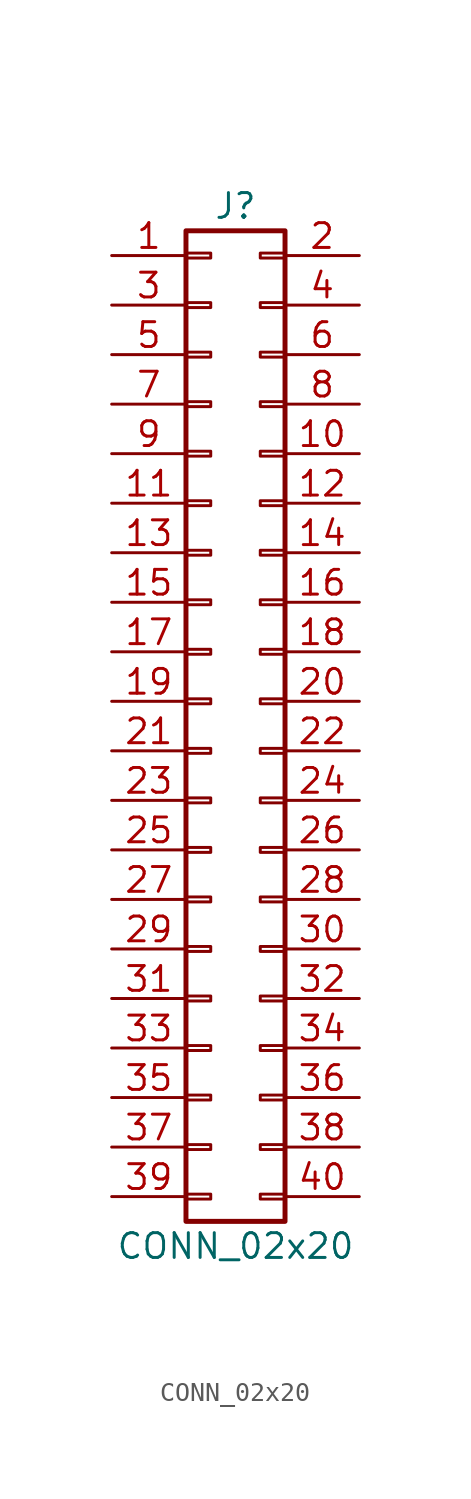
<source format=kicad_sym>
(kicad_symbol_lib
  (version 20220914)
  (generator kicad_symbol_editor)
  (symbol "CONN_02x20"
    (pin_names
      (offset 1.016) hide)
    (property "Reference" "J"
      (at 0 25.4 0)
      (effects (font (size 1.27 1.27))))
    (property "Value" "CONN_02x20"
      (at 0 -27.94 0)
      (effects (font (size 1.27 1.27))))
    (symbol "CONN_02x20_1_1"
      (rectangle (start -2.54 -25.273) (end -1.27 -25.527) (stroke (width 0.152) (type default)) (fill (type none)))
      (rectangle (start -2.54 -22.733) (end -1.27 -22.987) (stroke (width 0.152) (type default)) (fill (type none)))
      (rectangle (start -2.54 -20.193) (end -1.27 -20.447) (stroke (width 0.152) (type default)) (fill (type none)))
      (rectangle (start -2.54 -17.653) (end -1.27 -17.907) (stroke (width 0.152) (type default)) (fill (type none)))
      (rectangle (start -2.54 -15.113) (end -1.27 -15.367) (stroke (width 0.152) (type default)) (fill (type none)))
      (rectangle (start -2.54 -12.573) (end -1.27 -12.827) (stroke (width 0.152) (type default)) (fill (type none)))
      (rectangle (start -2.54 -10.033) (end -1.27 -10.287) (stroke (width 0.152) (type default)) (fill (type none)))
      (rectangle (start -2.54 -7.493) (end -1.27 -7.747) (stroke (width 0.152) (type default)) (fill (type none)))
      (rectangle (start -2.54 -4.953) (end -1.27 -5.207) (stroke (width 0.152) (type default)) (fill (type none)))
      (rectangle (start -2.54 -2.413) (end -1.27 -2.667) (stroke (width 0.152) (type default)) (fill (type none)))
      (rectangle (start -2.54 0.127) (end -1.27 -0.127) (stroke (width 0.152) (type default)) (fill (type none)))
      (rectangle (start -2.54 2.667) (end -1.27 2.413) (stroke (width 0.152) (type default)) (fill (type none)))
      (rectangle (start -2.54 5.207) (end -1.27 4.953) (stroke (width 0.152) (type default)) (fill (type none)))
      (rectangle (start -2.54 7.747) (end -1.27 7.493) (stroke (width 0.152) (type default)) (fill (type none)))
      (rectangle (start -2.54 10.287) (end -1.27 10.033) (stroke (width 0.152) (type default)) (fill (type none)))
      (rectangle (start -2.54 12.827) (end -1.27 12.573) (stroke (width 0.152) (type default)) (fill (type none)))
      (rectangle (start -2.54 15.367) (end -1.27 15.113) (stroke (width 0.152) (type default)) (fill (type none)))
      (rectangle (start -2.54 17.907) (end -1.27 17.653) (stroke (width 0.152) (type default)) (fill (type none)))
      (rectangle (start -2.54 20.447) (end -1.27 20.193) (stroke (width 0.152) (type default)) (fill (type none)))
      (rectangle (start -2.54 22.987) (end -1.27 22.733) (stroke (width 0.152) (type default)) (fill (type none)))
      (rectangle (start -2.54 24.13) (end 2.54 -26.67) (stroke (width 0.254) (type default)) (fill (type none)))
      (rectangle (start 2.54 -25.273) (end 1.27 -25.527) (stroke (width 0.152) (type default)) (fill (type none)))
      (rectangle (start 2.54 -22.733) (end 1.27 -22.987) (stroke (width 0.152) (type default)) (fill (type none)))
      (rectangle (start 2.54 -20.193) (end 1.27 -20.447) (stroke (width 0.152) (type default)) (fill (type none)))
      (rectangle (start 2.54 -17.653) (end 1.27 -17.907) (stroke (width 0.152) (type default)) (fill (type none)))
      (rectangle (start 2.54 -15.113) (end 1.27 -15.367) (stroke (width 0.152) (type default)) (fill (type none)))
      (rectangle (start 2.54 -12.573) (end 1.27 -12.827) (stroke (width 0.152) (type default)) (fill (type none)))
      (rectangle (start 2.54 -10.033) (end 1.27 -10.287) (stroke (width 0.152) (type default)) (fill (type none)))
      (rectangle (start 2.54 -7.493) (end 1.27 -7.747) (stroke (width 0.152) (type default)) (fill (type none)))
      (rectangle (start 2.54 -4.953) (end 1.27 -5.207) (stroke (width 0.152) (type default)) (fill (type none)))
      (rectangle (start 2.54 -2.413) (end 1.27 -2.667) (stroke (width 0.152) (type default)) (fill (type none)))
      (rectangle (start 2.54 0.127) (end 1.27 -0.127) (stroke (width 0.152) (type default)) (fill (type none)))
      (rectangle (start 2.54 2.667) (end 1.27 2.413) (stroke (width 0.152) (type default)) (fill (type none)))
      (rectangle (start 2.54 5.207) (end 1.27 4.953) (stroke (width 0.152) (type default)) (fill (type none)))
      (rectangle (start 2.54 7.747) (end 1.27 7.493) (stroke (width 0.152) (type default)) (fill (type none)))
      (rectangle (start 2.54 10.287) (end 1.27 10.033) (stroke (width 0.152) (type default)) (fill (type none)))
      (rectangle (start 2.54 12.827) (end 1.27 12.573) (stroke (width 0.152) (type default)) (fill (type none)))
      (rectangle (start 2.54 15.367) (end 1.27 15.113) (stroke (width 0.152) (type default)) (fill (type none)))
      (rectangle (start 2.54 17.907) (end 1.27 17.653) (stroke (width 0.152) (type default)) (fill (type none)))
      (rectangle (start 2.54 20.447) (end 1.27 20.193) (stroke (width 0.152) (type default)) (fill (type none)))
      (rectangle (start 2.54 22.987) (end 1.27 22.733) (stroke (width 0.152) (type default)) (fill (type none)))
      (pin passive line (at -6.35 22.86 0) (length 3.81) (name "Pin_1" (effects (font (size 1.27 1.27)))) (number "1" (effects (font (size 1.27 1.27)))))
      (pin passive line (at 6.35 12.7 180) (length 3.81) (name "Pin_10" (effects (font (size 1.27 1.27)))) (number "10" (effects (font (size 1.27 1.27)))))
      (pin passive line (at -6.35 10.16 0) (length 3.81) (name "Pin_11" (effects (font (size 1.27 1.27)))) (number "11" (effects (font (size 1.27 1.27)))))
      (pin passive line (at 6.35 10.16 180) (length 3.81) (name "Pin_12" (effects (font (size 1.27 1.27)))) (number "12" (effects (font (size 1.27 1.27)))))
      (pin passive line (at -6.35 7.62 0) (length 3.81) (name "Pin_13" (effects (font (size 1.27 1.27)))) (number "13" (effects (font (size 1.27 1.27)))))
      (pin passive line (at 6.35 7.62 180) (length 3.81) (name "Pin_14" (effects (font (size 1.27 1.27)))) (number "14" (effects (font (size 1.27 1.27)))))
      (pin passive line (at -6.35 5.08 0) (length 3.81) (name "Pin_15" (effects (font (size 1.27 1.27)))) (number "15" (effects (font (size 1.27 1.27)))))
      (pin passive line (at 6.35 5.08 180) (length 3.81) (name "Pin_16" (effects (font (size 1.27 1.27)))) (number "16" (effects (font (size 1.27 1.27)))))
      (pin passive line (at -6.35 2.54 0) (length 3.81) (name "Pin_17" (effects (font (size 1.27 1.27)))) (number "17" (effects (font (size 1.27 1.27)))))
      (pin passive line (at 6.35 2.54 180) (length 3.81) (name "Pin_18" (effects (font (size 1.27 1.27)))) (number "18" (effects (font (size 1.27 1.27)))))
      (pin passive line (at -6.35 0 0) (length 3.81) (name "Pin_19" (effects (font (size 1.27 1.27)))) (number "19" (effects (font (size 1.27 1.27)))))
      (pin passive line (at 6.35 22.86 180) (length 3.81) (name "Pin_2" (effects (font (size 1.27 1.27)))) (number "2" (effects (font (size 1.27 1.27)))))
      (pin passive line (at 6.35 0 180) (length 3.81) (name "Pin_20" (effects (font (size 1.27 1.27)))) (number "20" (effects (font (size 1.27 1.27)))))
      (pin passive line (at -6.35 -2.54 0) (length 3.81) (name "Pin_21" (effects (font (size 1.27 1.27)))) (number "21" (effects (font (size 1.27 1.27)))))
      (pin passive line (at 6.35 -2.54 180) (length 3.81) (name "Pin_22" (effects (font (size 1.27 1.27)))) (number "22" (effects (font (size 1.27 1.27)))))
      (pin passive line (at -6.35 -5.08 0) (length 3.81) (name "Pin_23" (effects (font (size 1.27 1.27)))) (number "23" (effects (font (size 1.27 1.27)))))
      (pin passive line (at 6.35 -5.08 180) (length 3.81) (name "Pin_24" (effects (font (size 1.27 1.27)))) (number "24" (effects (font (size 1.27 1.27)))))
      (pin passive line (at -6.35 -7.62 0) (length 3.81) (name "Pin_25" (effects (font (size 1.27 1.27)))) (number "25" (effects (font (size 1.27 1.27)))))
      (pin passive line (at 6.35 -7.62 180) (length 3.81) (name "Pin_26" (effects (font (size 1.27 1.27)))) (number "26" (effects (font (size 1.27 1.27)))))
      (pin passive line (at -6.35 -10.16 0) (length 3.81) (name "Pin_27" (effects (font (size 1.27 1.27)))) (number "27" (effects (font (size 1.27 1.27)))))
      (pin passive line (at 6.35 -10.16 180) (length 3.81) (name "Pin_28" (effects (font (size 1.27 1.27)))) (number "28" (effects (font (size 1.27 1.27)))))
      (pin passive line (at -6.35 -12.7 0) (length 3.81) (name "Pin_29" (effects (font (size 1.27 1.27)))) (number "29" (effects (font (size 1.27 1.27)))))
      (pin passive line (at -6.35 20.32 0) (length 3.81) (name "Pin_3" (effects (font (size 1.27 1.27)))) (number "3" (effects (font (size 1.27 1.27)))))
      (pin passive line (at 6.35 -12.7 180) (length 3.81) (name "Pin_30" (effects (font (size 1.27 1.27)))) (number "30" (effects (font (size 1.27 1.27)))))
      (pin passive line (at -6.35 -15.24 0) (length 3.81) (name "Pin_31" (effects (font (size 1.27 1.27)))) (number "31" (effects (font (size 1.27 1.27)))))
      (pin passive line (at 6.35 -15.24 180) (length 3.81) (name "Pin_32" (effects (font (size 1.27 1.27)))) (number "32" (effects (font (size 1.27 1.27)))))
      (pin passive line (at -6.35 -17.78 0) (length 3.81) (name "Pin_33" (effects (font (size 1.27 1.27)))) (number "33" (effects (font (size 1.27 1.27)))))
      (pin passive line (at 6.35 -17.78 180) (length 3.81) (name "Pin_34" (effects (font (size 1.27 1.27)))) (number "34" (effects (font (size 1.27 1.27)))))
      (pin passive line (at -6.35 -20.32 0) (length 3.81) (name "Pin_35" (effects (font (size 1.27 1.27)))) (number "35" (effects (font (size 1.27 1.27)))))
      (pin passive line (at 6.35 -20.32 180) (length 3.81) (name "Pin_36" (effects (font (size 1.27 1.27)))) (number "36" (effects (font (size 1.27 1.27)))))
      (pin passive line (at -6.35 -22.86 0) (length 3.81) (name "Pin_37" (effects (font (size 1.27 1.27)))) (number "37" (effects (font (size 1.27 1.27)))))
      (pin passive line (at 6.35 -22.86 180) (length 3.81) (name "Pin_38" (effects (font (size 1.27 1.27)))) (number "38" (effects (font (size 1.27 1.27)))))
      (pin passive line (at -6.35 -25.4 0) (length 3.81) (name "Pin_39" (effects (font (size 1.27 1.27)))) (number "39" (effects (font (size 1.27 1.27)))))
      (pin passive line (at 6.35 20.32 180) (length 3.81) (name "Pin_4" (effects (font (size 1.27 1.27)))) (number "4" (effects (font (size 1.27 1.27)))))
      (pin passive line (at 6.35 -25.4 180) (length 3.81) (name "Pin_40" (effects (font (size 1.27 1.27)))) (number "40" (effects (font (size 1.27 1.27)))))
      (pin passive line (at -6.35 17.78 0) (length 3.81) (name "Pin_5" (effects (font (size 1.27 1.27)))) (number "5" (effects (font (size 1.27 1.27)))))
      (pin passive line (at 6.35 17.78 180) (length 3.81) (name "Pin_6" (effects (font (size 1.27 1.27)))) (number "6" (effects (font (size 1.27 1.27)))))
      (pin passive line (at -6.35 15.24 0) (length 3.81) (name "Pin_7" (effects (font (size 1.27 1.27)))) (number "7" (effects (font (size 1.27 1.27)))))
      (pin passive line (at 6.35 15.24 180) (length 3.81) (name "Pin_8" (effects (font (size 1.27 1.27)))) (number "8" (effects (font (size 1.27 1.27)))))
      (pin passive line (at -6.35 12.7 0) (length 3.81) (name "Pin_9" (effects (font (size 1.27 1.27)))) (number "9" (effects (font (size 1.27 1.27))))))))
</source>
